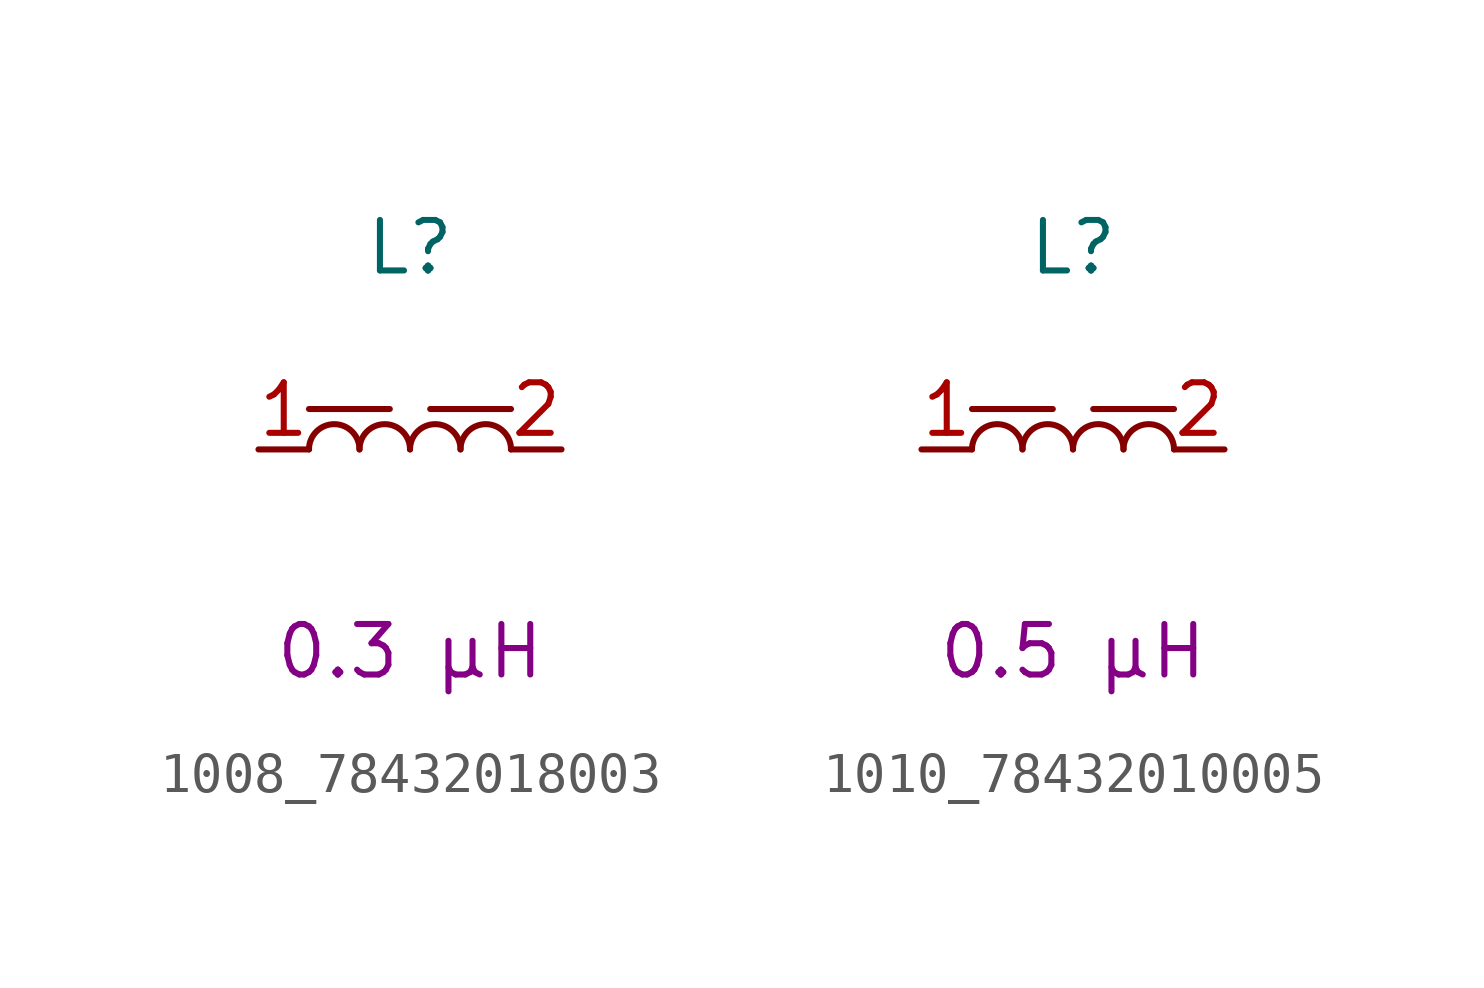
<source format=kicad_sym>
(kicad_symbol_lib
  (version 20220914)
  (generator kicad_symbol_editor)
  (symbol "1008_78432018003"
    (pin_names hide)
    (property "Reference" "L"
      (at 0 5.08 0)
      (effects (font (size 1.27 1.27))))
    (property "Critical Parameter" "0.3 µH"
      (at 0 -5.08 0)
      (effects (font (size 1.27 1.27))))
    (symbol "1008_78432018003_0_1"
      (arc (start -1.27 0) (mid -1.905 0.6323) (end -2.54 0) (stroke (width 0) (type default)) (fill (type none)))
      (arc (start 0 0) (mid -0.635 0.6323) (end -1.27 0) (stroke (width 0) (type default)) (fill (type none)))
      (polyline (pts (xy -2.54 1.016) (xy -0.508 1.016)) (stroke (width 0) (type default)) (fill (type none)))
      (arc (start 1.27 0) (mid 0.635 0.6323) (end 0 0) (stroke (width 0) (type default)) (fill (type none)))
      (arc (start 2.54 0) (mid 1.905 0.6323) (end 1.27 0) (stroke (width 0) (type default)) (fill (type none))))
    (symbol "1008_78432018003_1_1"
      (polyline (pts (xy 2.54 1.016) (xy 0.508 1.016)) (stroke (width 0) (type default)) (fill (type none)))
      (pin passive line (at -3.81 0 0) (length 1.27) (name "1" (effects (font (size 1.27 1.27)))) (number "1" (effects (font (size 1.27 1.27)))))
      (pin passive line (at 3.81 0 180) (length 1.27) (name "2" (effects (font (size 1.27 1.27)))) (number "2" (effects (font (size 1.27 1.27)))))))
  (symbol "1010_78432010005"
    (pin_names hide)
    (property "Reference" "L"
      (at 0 5.08 0)
      (effects (font (size 1.27 1.27))))
    (property "Critical Parameter" "0.5 µH"
      (at 0 -5.08 0)
      (effects (font (size 1.27 1.27))))
    (symbol "1010_78432010005_0_1"
      (arc (start -1.27 0) (mid -1.905 0.6323) (end -2.54 0) (stroke (width 0) (type default)) (fill (type none)))
      (arc (start 0 0) (mid -0.635 0.6323) (end -1.27 0) (stroke (width 0) (type default)) (fill (type none)))
      (polyline (pts (xy -2.54 1.016) (xy -0.508 1.016)) (stroke (width 0) (type default)) (fill (type none)))
      (arc (start 1.27 0) (mid 0.635 0.6323) (end 0 0) (stroke (width 0) (type default)) (fill (type none)))
      (arc (start 2.54 0) (mid 1.905 0.6323) (end 1.27 0) (stroke (width 0) (type default)) (fill (type none))))
    (symbol "1010_78432010005_1_1"
      (polyline (pts (xy 2.54 1.016) (xy 0.508 1.016)) (stroke (width 0) (type default)) (fill (type none)))
      (pin passive line (at -3.81 0 0) (length 1.27) (name "1" (effects (font (size 1.27 1.27)))) (number "1" (effects (font (size 1.27 1.27)))))
      (pin passive line (at 3.81 0 180) (length 1.27) (name "2" (effects (font (size 1.27 1.27)))) (number "2" (effects (font (size 1.27 1.27))))))))
</source>
